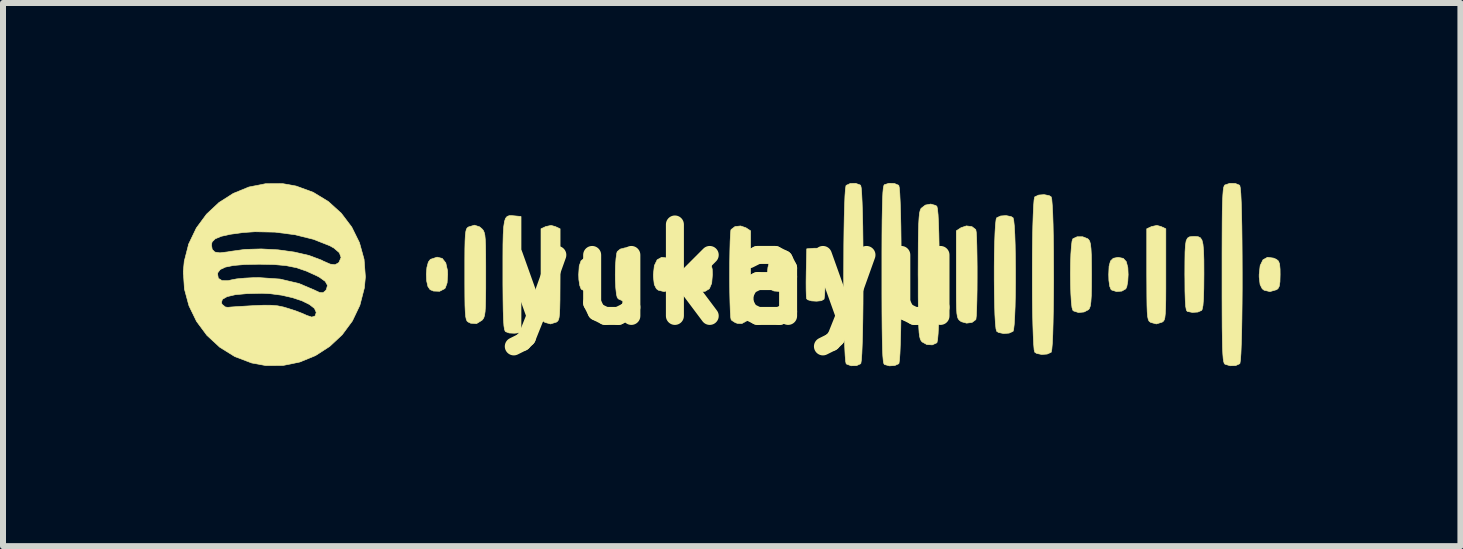
<source format=kicad_pcb>
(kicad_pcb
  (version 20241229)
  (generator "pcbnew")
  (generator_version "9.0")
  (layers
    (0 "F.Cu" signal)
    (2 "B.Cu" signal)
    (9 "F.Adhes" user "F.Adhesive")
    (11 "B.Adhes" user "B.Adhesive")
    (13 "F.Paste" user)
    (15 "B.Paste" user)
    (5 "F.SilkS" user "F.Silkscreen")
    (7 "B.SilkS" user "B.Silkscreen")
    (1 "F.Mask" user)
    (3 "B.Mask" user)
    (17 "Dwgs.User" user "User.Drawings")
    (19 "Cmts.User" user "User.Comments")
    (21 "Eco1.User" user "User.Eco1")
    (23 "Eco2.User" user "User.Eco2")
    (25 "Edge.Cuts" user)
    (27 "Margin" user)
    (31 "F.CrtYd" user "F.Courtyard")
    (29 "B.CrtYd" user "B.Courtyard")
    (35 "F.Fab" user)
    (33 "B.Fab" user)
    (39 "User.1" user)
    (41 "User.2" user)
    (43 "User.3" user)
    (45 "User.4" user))
  (footprint "yukayu"
    (layer "F.Cu")
    (at 9.142 1.526)
    (property "Reference" "yukayu" (at 0 0 0) (layer "F.SilkS") (effects (font (size 1.524 1.524) (thickness 0.3))))
    (attr through_hole)
    (fp_poly (pts (xy 0.858 -0.259) (xy 0.92 -0.181) (xy 0.95 -0.056) (xy 0.953 0) (xy 0.934 0.139) (xy 0.883 0.235) (xy 0.805 0.282) (xy 0.707 0.274) (xy 0.659 0.251) (xy 0.623 0.199) (xy 0.603 0.106) (xy 0.597 -0.007) (xy 0.607 -0.118) (xy 0.63 -0.208) (xy 0.665 -0.253) (xy 0.772 -0.284) (xy 0.858 -0.259)) (stroke (width 0.01) (type solid)) (fill yes) (layer "F.SilkS"))
    (fp_poly (pts (xy -4.821 -0.269) (xy -4.762 -0.194) (xy -4.733 -0.065) (xy -4.731 0) (xy -4.74 0.139) (xy -4.77 0.223) (xy -4.781 0.236) (xy -4.865 0.279) (xy -4.968 0.275) (xy -5.024 0.251) (xy -5.06 0.199) (xy -5.081 0.106) (xy -5.086 -0.007) (xy -5.077 -0.118) (xy -5.053 -0.208) (xy -5.019 -0.253) (xy -4.907 -0.29) (xy -4.821 -0.269)) (stroke (width 0.01) (type solid)) (fill yes) (layer "F.SilkS"))
    (fp_poly (pts (xy -0.404 -0.266) (xy -0.348 -0.202) (xy -0.321 -0.089) (xy -0.318 0) (xy -0.33 0.144) (xy -0.368 0.235) (xy -0.438 0.279) (xy -0.492 0.286) (xy -0.573 0.265) (xy -0.617 0.236) (xy -0.652 0.166) (xy -0.666 0.042) (xy -0.667 0) (xy -0.655 -0.144) (xy -0.616 -0.235) (xy -0.547 -0.279) (xy -0.492 -0.286) (xy -0.404 -0.266)) (stroke (width 0.01) (type solid)) (fill yes) (layer "F.SilkS"))
    (fp_poly (pts (xy -2.305 -0.274) (xy -2.256 -0.232) (xy -2.231 -0.15) (xy -2.223 -0.017) (xy -2.223 0) (xy -2.228 0.12) (xy -2.243 0.21) (xy -2.261 0.248) (xy -2.331 0.28) (xy -2.42 0.281) (xy -2.495 0.251) (xy -2.508 0.238) (xy -2.529 0.182) (xy -2.544 0.086) (xy -2.547 0) (xy -2.538 -0.142) (xy -2.507 -0.231) (xy -2.449 -0.276) (xy -2.384 -0.286) (xy -2.305 -0.274)) (stroke (width 0.01) (type solid)) (fill yes) (layer "F.SilkS"))
    (fp_poly (pts (xy -1.061 -0.274) (xy -1.014 -0.253) (xy -0.981 -0.225) (xy -0.962 -0.176) (xy -0.954 -0.091) (xy -0.953 0) (xy -0.955 0.121) (xy -0.966 0.194) (xy -0.989 0.235) (xy -1.014 0.253) (xy -1.123 0.284) (xy -1.219 0.261) (xy -1.252 0.236) (xy -1.287 0.166) (xy -1.301 0.042) (xy -1.302 0) (xy -1.286 -0.149) (xy -1.239 -0.246) (xy -1.163 -0.288) (xy -1.061 -0.274)) (stroke (width 0.01) (type solid)) (fill yes) (layer "F.SilkS"))
    (fp_poly (pts (xy 6.529 -0.27) (xy 6.58 -0.215) (xy 6.606 -0.115) (xy 6.611 0) (xy 6.605 0.111) (xy 6.589 0.2) (xy 6.572 0.238) (xy 6.506 0.276) (xy 6.417 0.283) (xy 6.339 0.259) (xy 6.325 0.248) (xy 6.304 0.196) (xy 6.29 0.099) (xy 6.287 0) (xy 6.293 -0.139) (xy 6.317 -0.226) (xy 6.363 -0.271) (xy 6.438 -0.286) (xy 6.448 -0.286) (xy 6.529 -0.27)) (stroke (width 0.01) (type solid)) (fill yes) (layer "F.SilkS"))
    (fp_poly (pts (xy 9.035 -0.274) (xy 9.083 -0.253) (xy 9.116 -0.225) (xy 9.135 -0.176) (xy 9.143 -0.091) (xy 9.144 0) (xy 9.141 0.121) (xy 9.13 0.194) (xy 9.108 0.235) (xy 9.083 0.253) (xy 8.974 0.284) (xy 8.877 0.261) (xy 8.845 0.236) (xy 8.81 0.166) (xy 8.795 0.042) (xy 8.795 0) (xy 8.811 -0.149) (xy 8.858 -0.246) (xy 8.934 -0.288) (xy 9.035 -0.274)) (stroke (width 0.01) (type solid)) (fill yes) (layer "F.SilkS"))
    (fp_poly (pts (xy -3.614 -0.978) (xy -3.508 -0.968) (xy -3.508 0.968) (xy -3.62 0.978) (xy -3.706 0.974) (xy -3.767 0.951) (xy -3.77 0.948) (xy -3.783 0.918) (xy -3.793 0.855) (xy -3.8 0.751) (xy -3.805 0.603) (xy -3.808 0.405) (xy -3.81 0.15) (xy -3.81 -0.002) (xy -3.81 -0.28) (xy -3.809 -0.5) (xy -3.805 -0.669) (xy -3.797 -0.794) (xy -3.784 -0.882) (xy -3.766 -0.938) (xy -3.739 -0.969) (xy -3.703 -0.982) (xy -3.658 -0.982) (xy -3.614 -0.978)) (stroke (width 0.01) (type solid)) (fill yes) (layer "F.SilkS"))
    (fp_poly (pts (xy 1.464 -0.438) (xy 1.523 -0.424) (xy 1.53 -0.419) (xy 1.541 -0.378) (xy 1.55 -0.288) (xy 1.556 -0.166) (xy 1.559 -0.026) (xy 1.56 0.117) (xy 1.557 0.246) (xy 1.552 0.348) (xy 1.543 0.407) (xy 1.54 0.412) (xy 1.496 0.436) (xy 1.418 0.444) (xy 1.334 0.439) (xy 1.27 0.42) (xy 1.252 0.403) (xy 1.247 0.357) (xy 1.244 0.261) (xy 1.243 0.129) (xy 1.245 -0.025) (xy 1.245 -0.034) (xy 1.254 -0.429) (xy 1.377 -0.439) (xy 1.464 -0.438)) (stroke (width 0.01) (type solid)) (fill yes) (layer "F.SilkS"))
    (fp_poly (pts (xy -2.937 -0.8) (xy -2.857 -0.763) (xy -2.857 -0.002) (xy -2.858 0.238) (xy -2.859 0.422) (xy -2.862 0.558) (xy -2.866 0.654) (xy -2.874 0.718) (xy -2.885 0.757) (xy -2.9 0.779) (xy -2.919 0.793) (xy -2.919 0.793) (xy -3.016 0.823) (xy -3.108 0.798) (xy -3.119 0.791) (xy -3.137 0.776) (xy -3.15 0.749) (xy -3.16 0.702) (xy -3.167 0.627) (xy -3.172 0.517) (xy -3.174 0.364) (xy -3.175 0.16) (xy -3.175 -0.002) (xy -3.175 -0.763) (xy -3.096 -0.8) (xy -3.007 -0.819) (xy -2.937 -0.8)) (stroke (width 0.01) (type solid)) (fill yes) (layer "F.SilkS"))
    (fp_poly (pts (xy -1.687 -0.443) (xy -1.623 -0.416) (xy -1.607 -0.394) (xy -1.599 -0.343) (xy -1.593 -0.244) (xy -1.589 -0.112) (xy -1.587 -0.000001) (xy -1.589 0.146) (xy -1.594 0.271) (xy -1.601 0.36) (xy -1.607 0.394) (xy -1.651 0.433) (xy -1.729 0.447) (xy -1.815 0.438) (xy -1.884 0.407) (xy -1.904 0.383) (xy -1.918 0.326) (xy -1.929 0.223) (xy -1.936 0.09) (xy -1.937 0) (xy -1.934 -0.143) (xy -1.925 -0.267) (xy -1.913 -0.354) (xy -1.904 -0.383) (xy -1.853 -0.425) (xy -1.772 -0.446) (xy -1.687 -0.443)) (stroke (width 0.01) (type solid)) (fill yes) (layer "F.SilkS"))
    (fp_poly (pts (xy 7.16 -0.8) (xy 7.239 -0.763) (xy 7.239 -0.002) (xy 7.239 0.238) (xy 7.238 0.422) (xy 7.235 0.558) (xy 7.23 0.654) (xy 7.223 0.718) (xy 7.212 0.757) (xy 7.197 0.779) (xy 7.178 0.793) (xy 7.178 0.793) (xy 7.081 0.823) (xy 6.988 0.798) (xy 6.977 0.791) (xy 6.959 0.776) (xy 6.946 0.749) (xy 6.936 0.702) (xy 6.929 0.627) (xy 6.925 0.517) (xy 6.923 0.364) (xy 6.922 0.16) (xy 6.921 -0.002) (xy 6.921 -0.763) (xy 7.001 -0.8) (xy 7.09 -0.819) (xy 7.16 -0.8)) (stroke (width 0.01) (type solid)) (fill yes) (layer "F.SilkS"))
    (fp_poly (pts (xy 4.007 -0.799) (xy 4.071 -0.75) (xy 4.079 -0.708) (xy 4.085 -0.613) (xy 4.089 -0.478) (xy 4.092 -0.312) (xy 4.094 -0.128) (xy 4.094 0.064) (xy 4.093 0.252) (xy 4.09 0.425) (xy 4.086 0.572) (xy 4.081 0.682) (xy 4.074 0.744) (xy 4.071 0.752) (xy 4.009 0.798) (xy 3.919 0.81) (xy 3.831 0.786) (xy 3.818 0.777) (xy 3.795 0.759) (xy 3.778 0.737) (xy 3.765 0.702) (xy 3.756 0.645) (xy 3.751 0.56) (xy 3.748 0.437) (xy 3.747 0.268) (xy 3.747 0.046) (xy 3.747 -0.001) (xy 3.747 -0.729) (xy 3.824 -0.78) (xy 3.915 -0.811) (xy 4.007 -0.799)) (stroke (width 0.01) (type solid)) (fill yes) (layer "F.SilkS"))
    (fp_poly (pts (xy 5.853 -0.63) (xy 5.935 -0.598) (xy 5.951 -0.585) (xy 5.97 -0.556) (xy 5.983 -0.508) (xy 5.992 -0.43) (xy 5.998 -0.314) (xy 6 -0.15) (xy 6.001 0) (xy 6 0.203) (xy 5.997 0.352) (xy 5.99 0.456) (xy 5.98 0.525) (xy 5.965 0.566) (xy 5.951 0.585) (xy 5.876 0.624) (xy 5.784 0.633) (xy 5.704 0.608) (xy 5.69 0.597) (xy 5.675 0.551) (xy 5.664 0.455) (xy 5.656 0.32) (xy 5.651 0.161) (xy 5.649 -0.01) (xy 5.651 -0.18) (xy 5.656 -0.337) (xy 5.665 -0.468) (xy 5.676 -0.559) (xy 5.69 -0.597) (xy 5.761 -0.63) (xy 5.853 -0.63)) (stroke (width 0.01) (type solid)) (fill yes) (layer "F.SilkS"))
    (fp_poly (pts (xy 7.777 -0.631) (xy 7.814 -0.614) (xy 7.841 -0.575) (xy 7.858 -0.506) (xy 7.868 -0.399) (xy 7.873 -0.247) (xy 7.874 -0.041) (xy 7.874 0) (xy 7.872 0.23) (xy 7.867 0.401) (xy 7.858 0.517) (xy 7.844 0.582) (xy 7.836 0.597) (xy 7.773 0.625) (xy 7.681 0.631) (xy 7.596 0.614) (xy 7.581 0.591) (xy 7.57 0.531) (xy 7.563 0.429) (xy 7.558 0.277) (xy 7.557 0.07) (xy 7.556 0.001) (xy 7.557 -0.215) (xy 7.559 -0.375) (xy 7.566 -0.489) (xy 7.578 -0.563) (xy 7.6 -0.607) (xy 7.632 -0.628) (xy 7.678 -0.634) (xy 7.727 -0.635) (xy 7.777 -0.631)) (stroke (width 0.01) (type solid)) (fill yes) (layer "F.SilkS"))
    (fp_poly (pts (xy 0.24 -0.78) (xy 0.318 -0.729) (xy 0.318 -0.001) (xy 0.317 0.232) (xy 0.316 0.41) (xy 0.314 0.54) (xy 0.309 0.632) (xy 0.301 0.693) (xy 0.289 0.731) (xy 0.272 0.756) (xy 0.251 0.773) (xy 0.247 0.776) (xy 0.172 0.817) (xy 0.103 0.815) (xy 0.064 0.802) (xy 0.006 0.765) (xy -0.007 0.749) (xy -0.014 0.709) (xy -0.02 0.614) (xy -0.025 0.475) (xy -0.029 0.301) (xy -0.031 0.102) (xy -0.031 0) (xy -0.03 -0.208) (xy -0.027 -0.395) (xy -0.023 -0.552) (xy -0.017 -0.67) (xy -0.011 -0.737) (xy -0.007 -0.75) (xy 0.059 -0.8) (xy 0.152 -0.81) (xy 0.24 -0.78)) (stroke (width 0.01) (type solid)) (fill yes) (layer "F.SilkS"))
    (fp_poly (pts (xy 4.661 -0.966) (xy 4.693 -0.946) (xy 4.704 -0.903) (xy 4.714 -0.807) (xy 4.722 -0.667) (xy 4.728 -0.493) (xy 4.731 -0.296) (xy 4.733 -0.085) (xy 4.733 0.131) (xy 4.731 0.34) (xy 4.727 0.533) (xy 4.72 0.7) (xy 4.712 0.832) (xy 4.702 0.917) (xy 4.693 0.946) (xy 4.627 0.976) (xy 4.536 0.983) (xy 4.452 0.966) (xy 4.42 0.946) (xy 4.408 0.903) (xy 4.398 0.807) (xy 4.39 0.667) (xy 4.385 0.493) (xy 4.381 0.296) (xy 4.379 0.085) (xy 4.379 -0.131) (xy 4.381 -0.34) (xy 4.386 -0.533) (xy 4.392 -0.7) (xy 4.4 -0.832) (xy 4.41 -0.917) (xy 4.42 -0.946) (xy 4.485 -0.976) (xy 4.576 -0.983) (xy 4.661 -0.966)) (stroke (width 0.01) (type solid)) (fill yes) (layer "F.SilkS"))
    (fp_poly (pts (xy -4.198 -0.795) (xy -4.159 -0.762) (xy -4.138 -0.738) (xy -4.123 -0.706) (xy -4.111 -0.659) (xy -4.104 -0.588) (xy -4.099 -0.484) (xy -4.097 -0.338) (xy -4.096 -0.143) (xy -4.096 0) (xy -4.096 0.229) (xy -4.098 0.403) (xy -4.101 0.531) (xy -4.107 0.62) (xy -4.116 0.681) (xy -4.129 0.721) (xy -4.146 0.748) (xy -4.159 0.762) (xy -4.25 0.818) (xy -4.348 0.811) (xy -4.389 0.791) (xy -4.407 0.776) (xy -4.42 0.749) (xy -4.43 0.702) (xy -4.437 0.627) (xy -4.442 0.517) (xy -4.444 0.363) (xy -4.445 0.159) (xy -4.445 -0.000461) (xy -4.445 -0.24) (xy -4.444 -0.423) (xy -4.441 -0.559) (xy -4.436 -0.655) (xy -4.428 -0.718) (xy -4.418 -0.757) (xy -4.403 -0.779) (xy -4.384 -0.793) (xy -4.284 -0.823) (xy -4.198 -0.795)) (stroke (width 0.01) (type solid)) (fill yes) (layer "F.SilkS"))
    (fp_poly (pts (xy 5.296 -1.315) (xy 5.328 -1.295) (xy 5.338 -1.254) (xy 5.346 -1.158) (xy 5.354 -1.015) (xy 5.36 -0.834) (xy 5.364 -0.622) (xy 5.367 -0.389) (xy 5.368 -0.143) (xy 5.369 0.107) (xy 5.367 0.355) (xy 5.364 0.59) (xy 5.36 0.805) (xy 5.355 0.991) (xy 5.348 1.14) (xy 5.339 1.244) (xy 5.329 1.293) (xy 5.328 1.295) (xy 5.262 1.325) (xy 5.171 1.332) (xy 5.087 1.315) (xy 5.055 1.295) (xy 5.044 1.254) (xy 5.036 1.158) (xy 5.029 1.015) (xy 5.023 0.834) (xy 5.018 0.622) (xy 5.015 0.389) (xy 5.014 0.143) (xy 5.014 -0.107) (xy 5.015 -0.355) (xy 5.018 -0.59) (xy 5.022 -0.805) (xy 5.028 -0.991) (xy 5.035 -1.14) (xy 5.043 -1.244) (xy 5.053 -1.293) (xy 5.055 -1.295) (xy 5.12 -1.325) (xy 5.211 -1.332) (xy 5.296 -1.315)) (stroke (width 0.01) (type solid)) (fill yes) (layer "F.SilkS"))
    (fp_poly (pts (xy 3.404 -1.151) (xy 3.423 -1.137) (xy 3.433 -1.095) (xy 3.443 -0.998) (xy 3.45 -0.857) (xy 3.456 -0.678) (xy 3.46 -0.472) (xy 3.463 -0.248) (xy 3.464 -0.014) (xy 3.463 0.22) (xy 3.461 0.446) (xy 3.456 0.655) (xy 3.451 0.837) (xy 3.444 0.984) (xy 3.435 1.086) (xy 3.424 1.135) (xy 3.423 1.137) (xy 3.347 1.172) (xy 3.256 1.167) (xy 3.177 1.123) (xy 3.161 1.104) (xy 3.147 1.077) (xy 3.136 1.034) (xy 3.127 0.97) (xy 3.121 0.876) (xy 3.117 0.748) (xy 3.114 0.578) (xy 3.112 0.359) (xy 3.112 0.085) (xy 3.111 0) (xy 3.112 -0.29) (xy 3.113 -0.523) (xy 3.116 -0.706) (xy 3.12 -0.845) (xy 3.126 -0.947) (xy 3.133 -1.019) (xy 3.144 -1.067) (xy 3.157 -1.098) (xy 3.161 -1.104) (xy 3.231 -1.158) (xy 3.321 -1.175) (xy 3.404 -1.151)) (stroke (width 0.01) (type solid)) (fill yes) (layer "F.SilkS"))
    (fp_poly (pts (xy 2.144 -1.493) (xy 2.153 -1.486) (xy 2.162 -1.445) (xy 2.17 -1.349) (xy 2.177 -1.205) (xy 2.183 -1.021) (xy 2.188 -0.804) (xy 2.191 -0.563) (xy 2.193 -0.305) (xy 2.194 -0.039) (xy 2.193 0.229) (xy 2.192 0.49) (xy 2.189 0.737) (xy 2.185 0.961) (xy 2.179 1.156) (xy 2.173 1.312) (xy 2.165 1.423) (xy 2.156 1.48) (xy 2.153 1.486) (xy 2.084 1.518) (xy 1.994 1.52) (xy 1.92 1.493) (xy 1.911 1.486) (xy 1.902 1.445) (xy 1.894 1.349) (xy 1.887 1.205) (xy 1.881 1.021) (xy 1.876 0.804) (xy 1.873 0.563) (xy 1.871 0.305) (xy 1.87 0.039) (xy 1.871 -0.229) (xy 1.872 -0.49) (xy 1.875 -0.737) (xy 1.879 -0.961) (xy 1.885 -1.156) (xy 1.891 -1.312) (xy 1.899 -1.423) (xy 1.908 -1.48) (xy 1.911 -1.486) (xy 1.98 -1.518) (xy 2.07 -1.52) (xy 2.144 -1.493)) (stroke (width 0.01) (type solid)) (fill yes) (layer "F.SilkS"))
    (fp_poly (pts (xy 2.715 -1.518) (xy 2.784 -1.489) (xy 2.788 -1.486) (xy 2.797 -1.445) (xy 2.805 -1.349) (xy 2.812 -1.205) (xy 2.818 -1.021) (xy 2.823 -0.804) (xy 2.826 -0.563) (xy 2.828 -0.305) (xy 2.829 -0.039) (xy 2.828 0.229) (xy 2.827 0.49) (xy 2.824 0.737) (xy 2.82 0.961) (xy 2.814 1.156) (xy 2.808 1.312) (xy 2.8 1.423) (xy 2.791 1.48) (xy 2.788 1.486) (xy 2.722 1.516) (xy 2.632 1.522) (xy 2.552 1.5) (xy 2.547 1.497) (xy 2.537 1.478) (xy 2.529 1.432) (xy 2.522 1.353) (xy 2.517 1.238) (xy 2.513 1.081) (xy 2.51 0.879) (xy 2.508 0.626) (xy 2.507 0.318) (xy 2.507 0) (xy 2.507 -0.36) (xy 2.508 -0.66) (xy 2.51 -0.906) (xy 2.514 -1.103) (xy 2.518 -1.254) (xy 2.523 -1.365) (xy 2.53 -1.439) (xy 2.539 -1.482) (xy 2.547 -1.497) (xy 2.624 -1.521) (xy 2.715 -1.518)) (stroke (width 0.01) (type solid)) (fill yes) (layer "F.SilkS"))
    (fp_poly (pts (xy 8.398 -1.518) (xy 8.468 -1.489) (xy 8.471 -1.486) (xy 8.48 -1.445) (xy 8.489 -1.349) (xy 8.496 -1.205) (xy 8.501 -1.021) (xy 8.506 -0.804) (xy 8.509 -0.563) (xy 8.511 -0.305) (xy 8.512 -0.039) (xy 8.512 0.229) (xy 8.51 0.49) (xy 8.507 0.737) (xy 8.503 0.961) (xy 8.497 1.156) (xy 8.491 1.312) (xy 8.483 1.423) (xy 8.474 1.48) (xy 8.471 1.486) (xy 8.403 1.517) (xy 8.311 1.52) (xy 8.227 1.495) (xy 8.223 1.493) (xy 8.212 1.479) (xy 8.203 1.449) (xy 8.195 1.399) (xy 8.189 1.322) (xy 8.184 1.213) (xy 8.181 1.068) (xy 8.178 0.88) (xy 8.177 0.645) (xy 8.176 0.357) (xy 8.176 0.011) (xy 8.176 0) (xy 8.176 -0.348) (xy 8.177 -0.637) (xy 8.178 -0.874) (xy 8.18 -1.063) (xy 8.184 -1.209) (xy 8.189 -1.319) (xy 8.195 -1.397) (xy 8.202 -1.448) (xy 8.212 -1.478) (xy 8.223 -1.493) (xy 8.223 -1.493) (xy 8.305 -1.52) (xy 8.398 -1.518)) (stroke (width 0.01) (type solid)) (fill yes) (layer "F.SilkS"))
    (fp_poly (pts (xy -7.256 -1.475) (xy -6.972 -1.371) (xy -6.719 -1.217) (xy -6.503 -1.021) (xy -6.329 -0.791) (xy -6.201 -0.532) (xy -6.124 -0.254) (xy -6.102 0.039) (xy -6.119 0.222) (xy -6.194 0.512) (xy -6.319 0.774) (xy -6.489 1.004) (xy -6.697 1.198) (xy -6.934 1.351) (xy -7.195 1.458) (xy -7.473 1.515) (xy -7.76 1.517) (xy -7.997 1.474) (xy -8.279 1.367) (xy -8.53 1.211) (xy -8.743 1.014) (xy -8.916 0.781) (xy -9.042 0.522) (xy -9.057 0.468) (xy -8.502 0.468) (xy -8.489 0.498) (xy -8.435 0.541) (xy -8.393 0.546) (xy -8.339 0.541) (xy -8.237 0.534) (xy -8.101 0.526) (xy -7.965 0.518) (xy -7.794 0.511) (xy -7.667 0.512) (xy -7.565 0.521) (xy -7.468 0.541) (xy -7.378 0.568) (xy -7.256 0.608) (xy -7.15 0.649) (xy -7.082 0.68) (xy -6.996 0.709) (xy -6.94 0.69) (xy -6.921 0.631) (xy -6.951 0.564) (xy -7.034 0.499) (xy -7.16 0.437) (xy -7.318 0.385) (xy -7.497 0.344) (xy -7.687 0.319) (xy -7.826 0.312) (xy -8.077 0.318) (xy -8.271 0.336) (xy -8.407 0.368) (xy -8.485 0.412) (xy -8.502 0.468) (xy -9.057 0.468) (xy -9.118 0.242) (xy -9.134 -0.01) (xy -8.566 -0.01) (xy -8.553 0.062) (xy -8.491 0.101) (xy -8.391 0.102) (xy -8.331 0.088) (xy -8.246 0.072) (xy -8.118 0.06) (xy -7.968 0.052) (xy -7.874 0.051) (xy -7.525 0.075) (xy -7.207 0.15) (xy -6.957 0.256) (xy -6.866 0.299) (xy -6.807 0.302) (xy -6.765 0.267) (xy -6.752 0.248) (xy -6.734 0.18) (xy -6.771 0.114) (xy -6.867 0.045) (xy -6.912 0.021) (xy -7.086 -0.058) (xy -7.25 -0.114) (xy -7.424 -0.149) (xy -7.624 -0.167) (xy -7.868 -0.172) (xy -7.874 -0.172) (xy -8.118 -0.167) (xy -8.303 -0.151) (xy -8.436 -0.124) (xy -8.521 -0.084) (xy -8.562 -0.03) (xy -8.566 -0.01) (xy -9.134 -0.01) (xy -9.137 -0.05) (xy -9.121 -0.222) (xy -9.05 -0.498) (xy -8.668 -0.498) (xy -8.655 -0.419) (xy -8.611 -0.375) (xy -8.527 -0.362) (xy -8.395 -0.378) (xy -8.358 -0.385) (xy -8.11 -0.419) (xy -7.838 -0.427) (xy -7.558 -0.412) (xy -7.287 -0.375) (xy -7.041 -0.318) (xy -6.838 -0.242) (xy -6.805 -0.225) (xy -6.689 -0.174) (xy -6.608 -0.164) (xy -6.551 -0.195) (xy -6.542 -0.205) (xy -6.507 -0.285) (xy -6.536 -0.364) (xy -6.627 -0.442) (xy -6.7 -0.482) (xy -6.969 -0.588) (xy -7.277 -0.664) (xy -7.607 -0.707) (xy -7.942 -0.714) (xy -8.146 -0.7) (xy -8.355 -0.671) (xy -8.506 -0.637) (xy -8.604 -0.596) (xy -8.656 -0.545) (xy -8.668 -0.498) (xy -9.05 -0.498) (xy -9.046 -0.512) (xy -8.92 -0.775) (xy -8.75 -1.006) (xy -8.543 -1.2) (xy -8.305 -1.352) (xy -8.044 -1.459) (xy -7.766 -1.514) (xy -7.478 -1.515) (xy -7.256 -1.475)) (stroke (width 0.01) (type solid)) (fill yes) (layer "F.SilkS")))
  (gr_rect
    (start -3 -3)
    (end 21.291 6.052)
    (stroke (width 0.1) (type default))
    (fill no)
    (layer "Edge.Cuts")))
</source>
